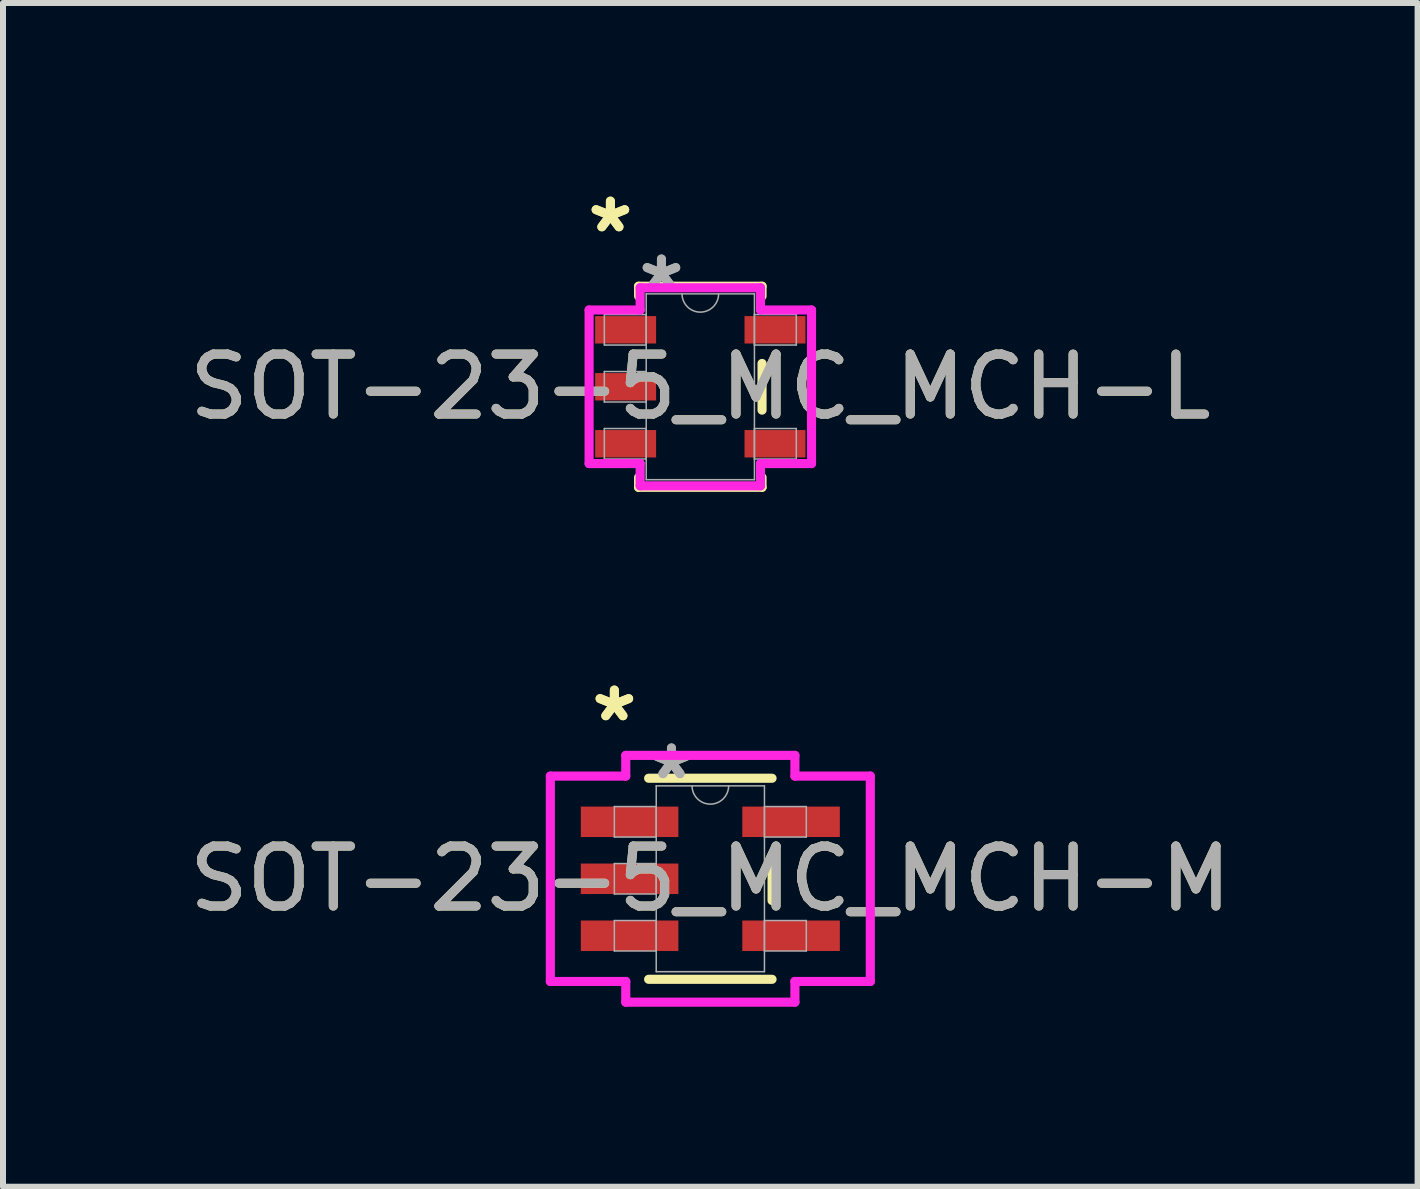
<source format=kicad_pcb>
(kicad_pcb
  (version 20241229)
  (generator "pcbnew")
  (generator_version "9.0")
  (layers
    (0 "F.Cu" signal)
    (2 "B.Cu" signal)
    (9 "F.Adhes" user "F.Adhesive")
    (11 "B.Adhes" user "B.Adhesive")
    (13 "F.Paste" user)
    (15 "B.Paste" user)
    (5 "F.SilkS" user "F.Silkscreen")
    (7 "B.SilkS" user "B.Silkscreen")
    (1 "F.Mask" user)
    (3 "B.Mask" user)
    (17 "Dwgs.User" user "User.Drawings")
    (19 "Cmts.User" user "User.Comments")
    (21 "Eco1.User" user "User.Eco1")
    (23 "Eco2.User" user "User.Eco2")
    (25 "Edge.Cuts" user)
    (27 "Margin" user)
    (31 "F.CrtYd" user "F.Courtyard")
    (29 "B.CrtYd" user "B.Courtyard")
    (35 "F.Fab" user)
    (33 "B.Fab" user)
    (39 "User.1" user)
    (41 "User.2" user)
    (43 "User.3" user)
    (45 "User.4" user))
  (footprint "SOT-23-5_MC_MCH-L"
    (layer "F.Cu")
    (at 8.625 3.398)
    (property "Reference" "SOT-23-5_MC_MCH-L" (at 0 0 0) (unlocked yes) (layer "F.SilkS") (effects (font (size 1 1) (thickness 0.15))))
    (attr smd)
    (fp_line (start -1.029 -1.676) (end -1.029 -1.511) (stroke (width 0.152) (type solid)) (layer "F.SilkS"))
    (fp_line (start -1.029 1.511) (end -1.029 1.676) (stroke (width 0.152) (type solid)) (layer "F.SilkS"))
    (fp_line (start -1.029 1.676) (end 1.029 1.676) (stroke (width 0.152) (type solid)) (layer "F.SilkS"))
    (fp_line (start 1.029 -1.676) (end -1.029 -1.676) (stroke (width 0.152) (type solid)) (layer "F.SilkS"))
    (fp_line (start 1.029 -1.511) (end 1.029 -1.676) (stroke (width 0.152) (type solid)) (layer "F.SilkS"))
    (fp_line (start 1.029 0.389) (end 1.029 -0.389) (stroke (width 0.152) (type solid)) (layer "F.SilkS"))
    (fp_line (start 1.029 1.676) (end 1.029 1.511) (stroke (width 0.152) (type solid)) (layer "F.SilkS"))
    (fp_line (start -1.854 -1.28) (end -1.003 -1.28) (stroke (width 0.152) (type solid)) (layer "F.CrtYd"))
    (fp_line (start -1.854 1.28) (end -1.854 -1.28) (stroke (width 0.152) (type solid)) (layer "F.CrtYd"))
    (fp_line (start -1.003 -1.651) (end 1.003 -1.651) (stroke (width 0.152) (type solid)) (layer "F.CrtYd"))
    (fp_line (start -1.003 -1.28) (end -1.003 -1.651) (stroke (width 0.152) (type solid)) (layer "F.CrtYd"))
    (fp_line (start -1.003 1.28) (end -1.854 1.28) (stroke (width 0.152) (type solid)) (layer "F.CrtYd"))
    (fp_line (start -1.003 1.651) (end -1.003 1.28) (stroke (width 0.152) (type solid)) (layer "F.CrtYd"))
    (fp_line (start 1.003 -1.651) (end 1.003 -1.28) (stroke (width 0.152) (type solid)) (layer "F.CrtYd"))
    (fp_line (start 1.003 -1.28) (end 1.854 -1.28) (stroke (width 0.152) (type solid)) (layer "F.CrtYd"))
    (fp_line (start 1.003 1.28) (end 1.003 1.651) (stroke (width 0.152) (type solid)) (layer "F.CrtYd"))
    (fp_line (start 1.003 1.651) (end -1.003 1.651) (stroke (width 0.152) (type solid)) (layer "F.CrtYd"))
    (fp_line (start 1.854 -1.28) (end 1.854 1.28) (stroke (width 0.152) (type solid)) (layer "F.CrtYd"))
    (fp_line (start 1.854 1.28) (end 1.003 1.28) (stroke (width 0.152) (type solid)) (layer "F.CrtYd"))
    (fp_line (start -1.6 -1.204) (end -1.6 -0.696) (stroke (width 0.025) (type solid)) (layer "F.Fab"))
    (fp_line (start -1.6 -0.696) (end -0.902 -0.696) (stroke (width 0.025) (type solid)) (layer "F.Fab"))
    (fp_line (start -1.6 -0.254) (end -1.6 0.254) (stroke (width 0.025) (type solid)) (layer "F.Fab"))
    (fp_line (start -1.6 0.254) (end -0.902 0.254) (stroke (width 0.025) (type solid)) (layer "F.Fab"))
    (fp_line (start -1.6 0.696) (end -1.6 1.204) (stroke (width 0.025) (type solid)) (layer "F.Fab"))
    (fp_line (start -1.6 1.204) (end -0.902 1.204) (stroke (width 0.025) (type solid)) (layer "F.Fab"))
    (fp_line (start -0.902 -1.549) (end -0.902 1.549) (stroke (width 0.025) (type solid)) (layer "F.Fab"))
    (fp_line (start -0.902 -1.204) (end -1.6 -1.204) (stroke (width 0.025) (type solid)) (layer "F.Fab"))
    (fp_line (start -0.902 -0.696) (end -0.902 -1.204) (stroke (width 0.025) (type solid)) (layer "F.Fab"))
    (fp_line (start -0.902 -0.254) (end -1.6 -0.254) (stroke (width 0.025) (type solid)) (layer "F.Fab"))
    (fp_line (start -0.902 0.254) (end -0.902 -0.254) (stroke (width 0.025) (type solid)) (layer "F.Fab"))
    (fp_line (start -0.902 0.696) (end -1.6 0.696) (stroke (width 0.025) (type solid)) (layer "F.Fab"))
    (fp_line (start -0.902 1.204) (end -0.902 0.696) (stroke (width 0.025) (type solid)) (layer "F.Fab"))
    (fp_line (start -0.902 1.549) (end 0.902 1.549) (stroke (width 0.025) (type solid)) (layer "F.Fab"))
    (fp_line (start 0.902 -1.549) (end -0.902 -1.549) (stroke (width 0.025) (type solid)) (layer "F.Fab"))
    (fp_line (start 0.902 -1.204) (end 0.902 -0.696) (stroke (width 0.025) (type solid)) (layer "F.Fab"))
    (fp_line (start 0.902 -0.696) (end 1.6 -0.696) (stroke (width 0.025) (type solid)) (layer "F.Fab"))
    (fp_line (start 0.902 0.696) (end 0.902 1.204) (stroke (width 0.025) (type solid)) (layer "F.Fab"))
    (fp_line (start 0.902 1.204) (end 1.6 1.204) (stroke (width 0.025) (type solid)) (layer "F.Fab"))
    (fp_line (start 0.902 1.549) (end 0.902 -1.549) (stroke (width 0.025) (type solid)) (layer "F.Fab"))
    (fp_line (start 1.6 -1.204) (end 0.902 -1.204) (stroke (width 0.025) (type solid)) (layer "F.Fab"))
    (fp_line (start 1.6 -0.696) (end 1.6 -1.204) (stroke (width 0.025) (type solid)) (layer "F.Fab"))
    (fp_line (start 1.6 0.696) (end 0.902 0.696) (stroke (width 0.025) (type solid)) (layer "F.Fab"))
    (fp_line (start 1.6 1.204) (end 1.6 0.696) (stroke (width 0.025) (type solid)) (layer "F.Fab"))
    (fp_arc (start 0.3048 -1.5494) (mid 0 -1.2446) (end -0.3048 -1.5494) (stroke (width 0.0254) (type solid)) (layer "F.Fab"))
    (fp_text user "*" (at -1.499 -2.55 0) (layer "F.SilkS") (effects (font (size 1 1) (thickness 0.15))))
    (fp_text user "*" (at -1.499 -2.55 0) (unlocked yes) (layer "F.SilkS") (effects (font (size 1 1) (thickness 0.15))))
    (fp_text user "${REFERENCE}" (at 0 0 0) (unlocked yes) (layer "F.Fab") (effects (font (size 1 1) (thickness 0.15))))
    (fp_text user "*" (at -0.648 -1.585 0) (unlocked yes) (layer "F.Fab") (effects (font (size 1 1) (thickness 0.15))))
    (fp_text user "*" (at -0.648 -1.585 0) (layer "F.Fab") (effects (font (size 1 1) (thickness 0.15))))
    (pad "1" smd rect (at -1.245 -0.95) (size 1.016 0.457) (layers "F.Cu" "F.Mask" "F.Paste"))
    (pad "2" smd rect (at -1.245 0) (size 1.016 0.457) (layers "F.Cu" "F.Mask" "F.Paste"))
    (pad "3" smd rect (at -1.245 0.95) (size 1.016 0.457) (layers "F.Cu" "F.Mask" "F.Paste"))
    (pad "4" smd rect (at 1.245 0.95) (size 1.016 0.457) (layers "F.Cu" "F.Mask" "F.Paste"))
    (pad "5" smd rect (at 1.245 -0.95) (size 1.016 0.457) (layers "F.Cu" "F.Mask" "F.Paste")))
  (footprint "SOT-23-5_MC_MCH-M"
    (layer "F.Cu")
    (at 8.792 11.6)
    (property "Reference" "SOT-23-5_MC_MCH-M" (at 0 0 0) (unlocked yes) (layer "F.SilkS") (effects (font (size 1 1) (thickness 0.15))))
    (attr smd)
    (fp_line (start -1.029 1.676) (end 1.029 1.676) (stroke (width 0.152) (type solid)) (layer "F.SilkS"))
    (fp_line (start 1.029 -1.676) (end -1.029 -1.676) (stroke (width 0.152) (type solid)) (layer "F.SilkS"))
    (fp_line (start 1.029 0.363) (end 1.029 -0.363) (stroke (width 0.152) (type solid)) (layer "F.SilkS"))
    (fp_line (start -2.667 -1.712) (end -1.41 -1.712) (stroke (width 0.152) (type solid)) (layer "F.CrtYd"))
    (fp_line (start -2.667 1.712) (end -2.667 -1.712) (stroke (width 0.152) (type solid)) (layer "F.CrtYd"))
    (fp_line (start -1.41 -2.057) (end 1.41 -2.057) (stroke (width 0.152) (type solid)) (layer "F.CrtYd"))
    (fp_line (start -1.41 -1.712) (end -1.41 -2.057) (stroke (width 0.152) (type solid)) (layer "F.CrtYd"))
    (fp_line (start -1.41 1.712) (end -2.667 1.712) (stroke (width 0.152) (type solid)) (layer "F.CrtYd"))
    (fp_line (start -1.41 2.057) (end -1.41 1.712) (stroke (width 0.152) (type solid)) (layer "F.CrtYd"))
    (fp_line (start 1.41 -2.057) (end 1.41 -1.712) (stroke (width 0.152) (type solid)) (layer "F.CrtYd"))
    (fp_line (start 1.41 -1.712) (end 2.667 -1.712) (stroke (width 0.152) (type solid)) (layer "F.CrtYd"))
    (fp_line (start 1.41 1.712) (end 1.41 2.057) (stroke (width 0.152) (type solid)) (layer "F.CrtYd"))
    (fp_line (start 1.41 2.057) (end -1.41 2.057) (stroke (width 0.152) (type solid)) (layer "F.CrtYd"))
    (fp_line (start 2.667 -1.712) (end 2.667 1.712) (stroke (width 0.152) (type solid)) (layer "F.CrtYd"))
    (fp_line (start 2.667 1.712) (end 1.41 1.712) (stroke (width 0.152) (type solid)) (layer "F.CrtYd"))
    (fp_line (start -1.6 -1.204) (end -1.6 -0.696) (stroke (width 0.025) (type solid)) (layer "F.Fab"))
    (fp_line (start -1.6 -0.696) (end -0.902 -0.696) (stroke (width 0.025) (type solid)) (layer "F.Fab"))
    (fp_line (start -1.6 -0.254) (end -1.6 0.254) (stroke (width 0.025) (type solid)) (layer "F.Fab"))
    (fp_line (start -1.6 0.254) (end -0.902 0.254) (stroke (width 0.025) (type solid)) (layer "F.Fab"))
    (fp_line (start -1.6 0.696) (end -1.6 1.204) (stroke (width 0.025) (type solid)) (layer "F.Fab"))
    (fp_line (start -1.6 1.204) (end -0.902 1.204) (stroke (width 0.025) (type solid)) (layer "F.Fab"))
    (fp_line (start -0.902 -1.549) (end -0.902 1.549) (stroke (width 0.025) (type solid)) (layer "F.Fab"))
    (fp_line (start -0.902 -1.204) (end -1.6 -1.204) (stroke (width 0.025) (type solid)) (layer "F.Fab"))
    (fp_line (start -0.902 -0.696) (end -0.902 -1.204) (stroke (width 0.025) (type solid)) (layer "F.Fab"))
    (fp_line (start -0.902 -0.254) (end -1.6 -0.254) (stroke (width 0.025) (type solid)) (layer "F.Fab"))
    (fp_line (start -0.902 0.254) (end -0.902 -0.254) (stroke (width 0.025) (type solid)) (layer "F.Fab"))
    (fp_line (start -0.902 0.696) (end -1.6 0.696) (stroke (width 0.025) (type solid)) (layer "F.Fab"))
    (fp_line (start -0.902 1.204) (end -0.902 0.696) (stroke (width 0.025) (type solid)) (layer "F.Fab"))
    (fp_line (start -0.902 1.549) (end 0.902 1.549) (stroke (width 0.025) (type solid)) (layer "F.Fab"))
    (fp_line (start 0.902 -1.549) (end -0.902 -1.549) (stroke (width 0.025) (type solid)) (layer "F.Fab"))
    (fp_line (start 0.902 -1.204) (end 0.902 -0.696) (stroke (width 0.025) (type solid)) (layer "F.Fab"))
    (fp_line (start 0.902 -0.696) (end 1.6 -0.696) (stroke (width 0.025) (type solid)) (layer "F.Fab"))
    (fp_line (start 0.902 0.696) (end 0.902 1.204) (stroke (width 0.025) (type solid)) (layer "F.Fab"))
    (fp_line (start 0.902 1.204) (end 1.6 1.204) (stroke (width 0.025) (type solid)) (layer "F.Fab"))
    (fp_line (start 0.902 1.549) (end 0.902 -1.549) (stroke (width 0.025) (type solid)) (layer "F.Fab"))
    (fp_line (start 1.6 -1.204) (end 0.902 -1.204) (stroke (width 0.025) (type solid)) (layer "F.Fab"))
    (fp_line (start 1.6 -0.696) (end 1.6 -1.204) (stroke (width 0.025) (type solid)) (layer "F.Fab"))
    (fp_line (start 1.6 0.696) (end 0.902 0.696) (stroke (width 0.025) (type solid)) (layer "F.Fab"))
    (fp_line (start 1.6 1.204) (end 1.6 0.696) (stroke (width 0.025) (type solid)) (layer "F.Fab"))
    (fp_arc (start 0.3048 -1.5494) (mid 0 -1.2446) (end -0.3048 -1.5494) (stroke (width 0.0254) (type solid)) (layer "F.Fab"))
    (fp_text user "*" (at -1.6 -2.601 0) (unlocked yes) (layer "F.SilkS") (effects (font (size 1 1) (thickness 0.15))))
    (fp_text user "*" (at -1.6 -2.601 0) (layer "F.SilkS") (effects (font (size 1 1) (thickness 0.15))))
    (fp_text user "${REFERENCE}" (at 0 0 0) (unlocked yes) (layer "F.Fab") (effects (font (size 1 1) (thickness 0.15))))
    (fp_text user "*" (at -0.648 -1.636 0) (unlocked yes) (layer "F.Fab") (effects (font (size 1 1) (thickness 0.15))))
    (fp_text user "*" (at -0.648 -1.636 0) (layer "F.Fab") (effects (font (size 1 1) (thickness 0.15))))
    (pad "1" smd rect (at -1.346 -0.95) (size 1.626 0.508) (layers "F.Cu" "F.Mask" "F.Paste"))
    (pad "2" smd rect (at -1.346 0) (size 1.626 0.508) (layers "F.Cu" "F.Mask" "F.Paste"))
    (pad "3" smd rect (at -1.346 0.95) (size 1.626 0.508) (layers "F.Cu" "F.Mask" "F.Paste"))
    (pad "4" smd rect (at 1.346 0.95) (size 1.626 0.508) (layers "F.Cu" "F.Mask" "F.Paste"))
    (pad "5" smd rect (at 1.346 -0.95) (size 1.626 0.508) (layers "F.Cu" "F.Mask" "F.Paste")))
  (gr_rect
    (start -3 -3)
    (end 20.583 16.734)
    (stroke (width 0.1) (type default))
    (fill no)
    (layer "Edge.Cuts")))
</source>
